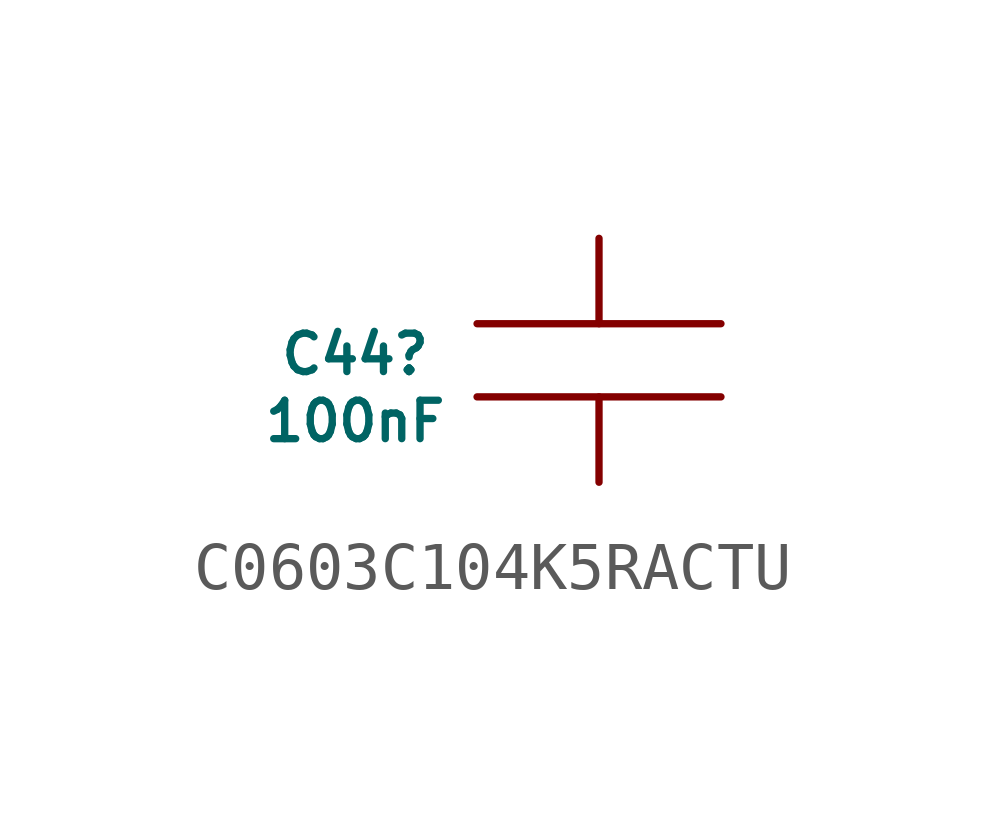
<source format=kicad_sym>
(kicad_symbol_lib
  (version 20220914)
  (generator kicad_symbol_editor)
  (symbol "C0603C104K5RACTU"
    (pin_numbers hide)
    (pin_names
      (offset 1.016) hide)
    (property "Reference" "C44"
      (at -5.08 -2.413 0)
      (do_not_autoplace)
      (effects (font (size 0.8 0.8))))
    (property "Value" "100nF"
      (at -5.08 -3.81 0)
      (do_not_autoplace)
      (effects (font (size 0.8 0.8))))
    (symbol "C0603C104K5RACTU_1_1"
      (polyline (pts (xy 2.54 -3.302) (xy -2.54 -3.302)) (stroke (width 0) (type solid)) (fill (type none)))
      (polyline (pts (xy 2.54 -1.778) (xy -2.54 -1.778)) (stroke (width 0) (type solid)) (fill (type none)))
      (pin passive line (at 0 0 270) (length 1.778) (name "1" (effects (font (size 0 0)))) (number "1" (effects (font (size 1.016 1.016)))))
      (pin passive line (at 0 -5.08 90) (length 1.778) (name "2" (effects (font (size 0 0)))) (number "2" (effects (font (size 1.016 1.016))))))))
</source>
